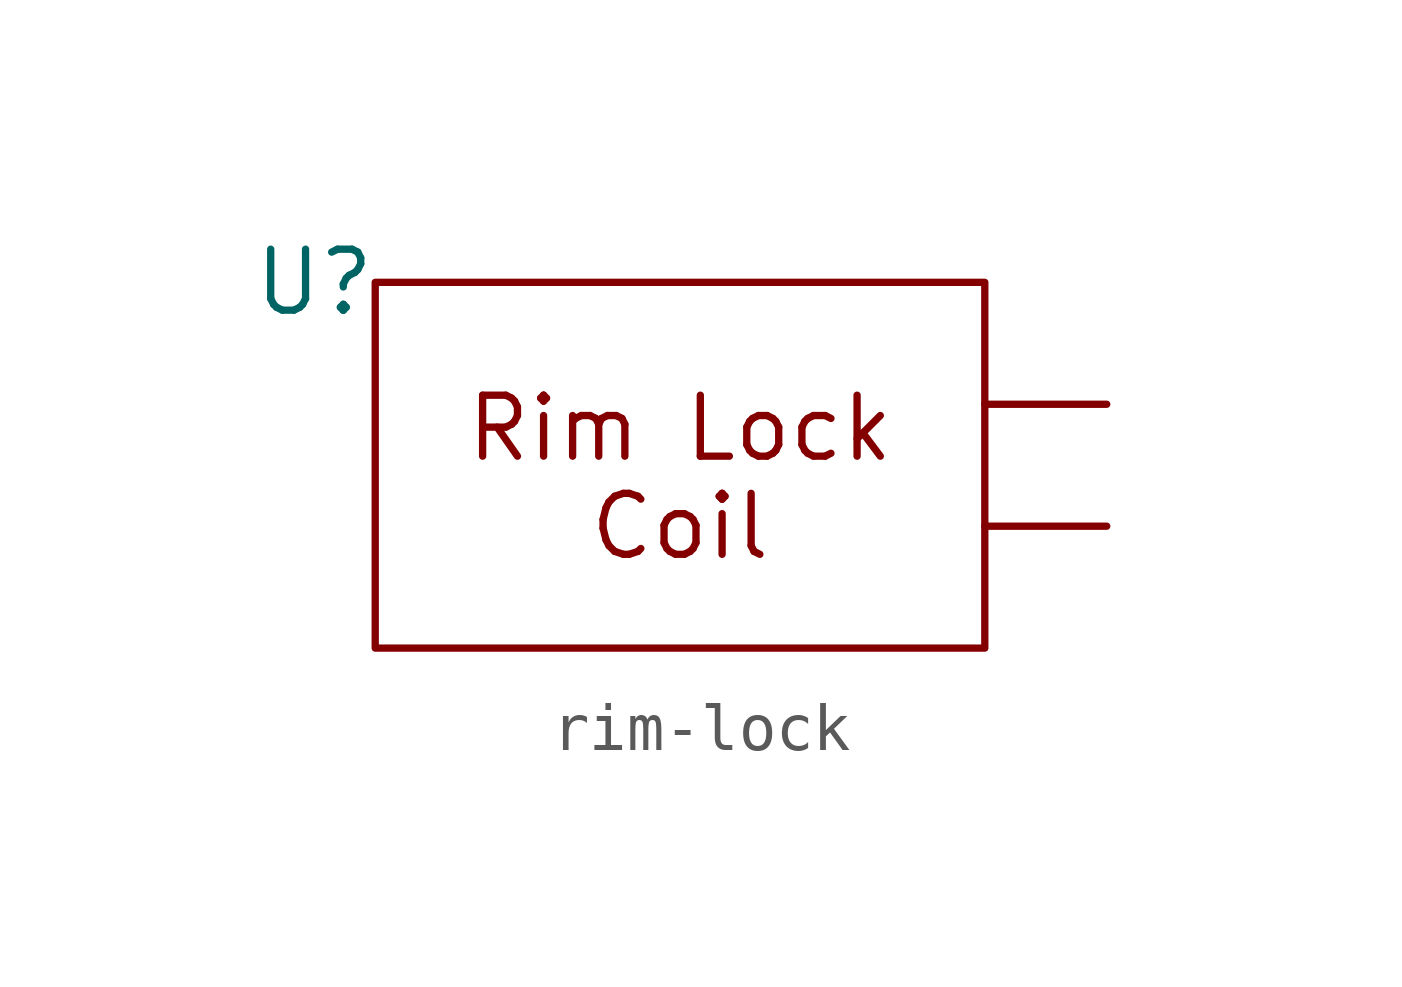
<source format=kicad_sym>
(kicad_symbol_lib
  (version 20231120)
  (generator "kicad_symbol_editor")
  (generator_version "8.0")
  (symbol "rim-lock"
    (property "Reference" "U"
      (at 0 0 0)
      (effects (font (size 1.27 1.27))))
    (property "Value" ""
      (at 0 0 0)
      (effects (font (size 1.27 1.27))))
    (symbol "rim-lock_0_1"
      (rectangle (start 1.27 0) (end 13.97 -7.62) (stroke (width 0) (type default)) (fill (type none))))
    (symbol "rim-lock_1_1"
      (text "Rim Lock\nCoil" (at 7.62 -4.064 0) (effects (font (size 1.27 1.27))))
      (pin input line (at 16.51 -5.08 180) (length 2.54) (name "" (effects (font (size 1.27 1.27)))) (number "" (effects (font (size 1.27 1.27)))))
      (pin input line (at 16.51 -2.54 180) (length 2.54) (name "" (effects (font (size 1.27 1.27)))) (number "" (effects (font (size 1.27 1.27))))))))
</source>
